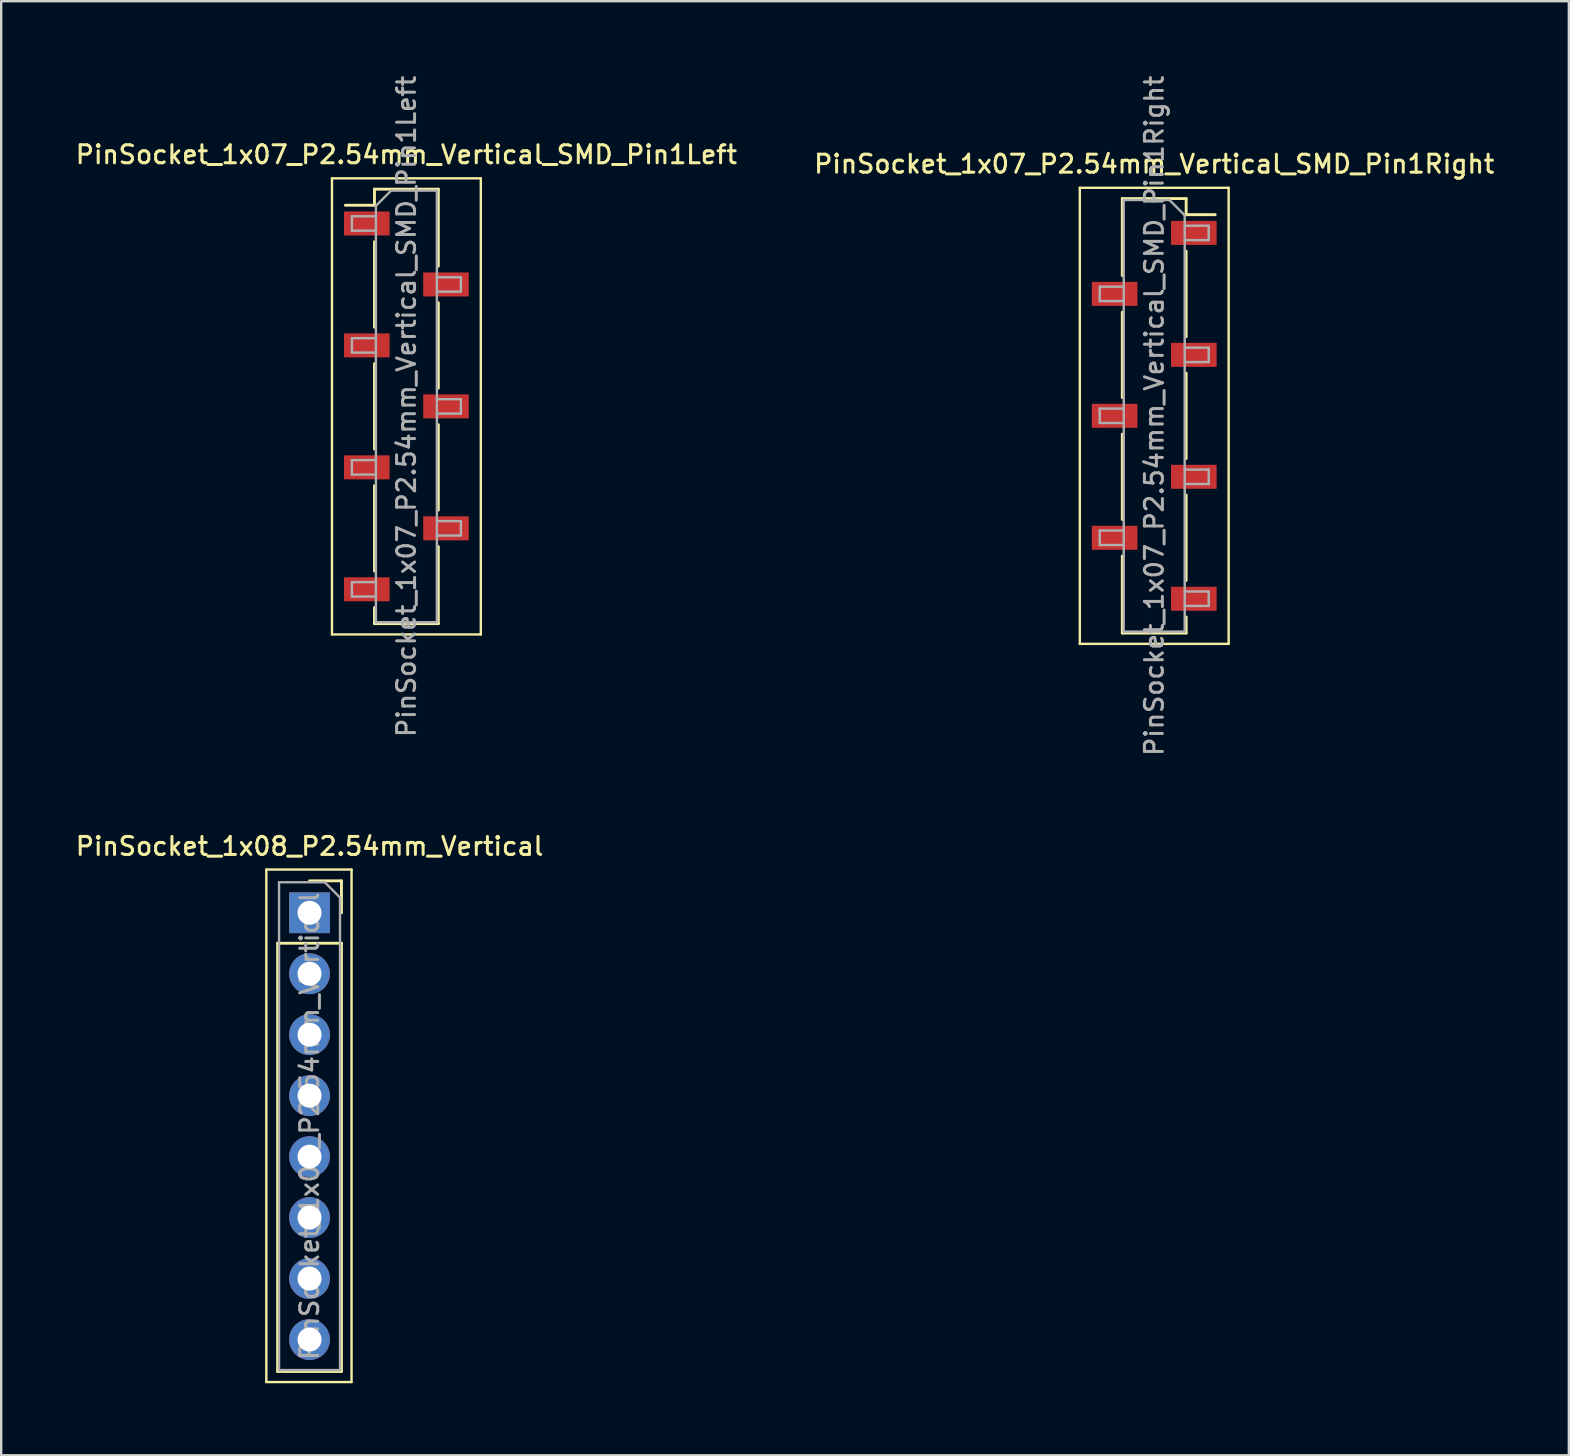
<source format=kicad_pcb>
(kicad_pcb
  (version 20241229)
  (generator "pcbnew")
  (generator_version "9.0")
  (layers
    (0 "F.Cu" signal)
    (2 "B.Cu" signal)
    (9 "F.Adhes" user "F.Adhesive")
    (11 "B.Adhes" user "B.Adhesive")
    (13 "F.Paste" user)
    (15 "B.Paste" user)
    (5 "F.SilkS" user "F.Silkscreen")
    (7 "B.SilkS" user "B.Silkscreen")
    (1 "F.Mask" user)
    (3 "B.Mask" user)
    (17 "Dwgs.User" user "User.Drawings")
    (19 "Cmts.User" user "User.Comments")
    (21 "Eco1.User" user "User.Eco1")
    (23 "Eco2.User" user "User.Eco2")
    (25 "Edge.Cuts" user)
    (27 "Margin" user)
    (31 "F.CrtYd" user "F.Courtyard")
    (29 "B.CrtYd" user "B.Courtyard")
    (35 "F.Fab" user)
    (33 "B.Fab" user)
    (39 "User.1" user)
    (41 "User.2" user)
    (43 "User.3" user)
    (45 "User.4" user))
  (footprint "PinSocket_1x08_P2.54mm_Vertical"
    (layer "F.Cu")
    (at 9.845 34.975)
    (property "Reference" "PinSocket_1x08_P2.54mm_Vertical" (at 0 -2.77 0) (layer "F.SilkS") (effects (font (size 0.75 0.75) (thickness 0.125))))
    (attr through_hole)
    (fp_line (start -1.8 -1.8) (end 1.75 -1.8) (stroke (width 0.1) (type solid)) (layer "F.SilkS"))
    (fp_line (start -1.8 19.55) (end -1.8 -1.8) (stroke (width 0.1) (type solid)) (layer "F.SilkS"))
    (fp_line (start -1.33 1.27) (end -1.33 19.11) (stroke (width 0.12) (type solid)) (layer "F.SilkS"))
    (fp_line (start -1.33 1.27) (end 1.33 1.27) (stroke (width 0.12) (type solid)) (layer "F.SilkS"))
    (fp_line (start -1.33 19.11) (end 1.33 19.11) (stroke (width 0.12) (type solid)) (layer "F.SilkS"))
    (fp_line (start 0 -1.33) (end 1.33 -1.33) (stroke (width 0.12) (type solid)) (layer "F.SilkS"))
    (fp_line (start 1.33 -1.33) (end 1.33 0) (stroke (width 0.12) (type solid)) (layer "F.SilkS"))
    (fp_line (start 1.33 1.27) (end 1.33 19.11) (stroke (width 0.12) (type solid)) (layer "F.SilkS"))
    (fp_line (start 1.75 -1.8) (end 1.75 19.55) (stroke (width 0.1) (type solid)) (layer "F.SilkS"))
    (fp_line (start 1.75 19.55) (end -1.8 19.55) (stroke (width 0.1) (type solid)) (layer "F.SilkS"))
    (fp_line (start -1.27 -1.27) (end 0.635 -1.27) (stroke (width 0.1) (type solid)) (layer "F.Fab"))
    (fp_line (start -1.27 19.05) (end -1.27 -1.27) (stroke (width 0.1) (type solid)) (layer "F.Fab"))
    (fp_line (start 0.635 -1.27) (end 1.27 -0.635) (stroke (width 0.1) (type solid)) (layer "F.Fab"))
    (fp_line (start 1.27 -0.635) (end 1.27 19.05) (stroke (width 0.1) (type solid)) (layer "F.Fab"))
    (fp_line (start 1.27 19.05) (end -1.27 19.05) (stroke (width 0.1) (type solid)) (layer "F.Fab"))
    (fp_text user "${REFERENCE}" (at 0 8.89 90) (layer "F.Fab") (effects (font (size 0.75 0.75) (thickness 0.125))))
    (pad "1" thru_hole rect (at 0 0) (size 1.7 1.7) (drill 1) (layers "*.Cu" "*.Mask"))
    (pad "2" thru_hole oval (at 0 2.54) (size 1.7 1.7) (drill 1) (layers "*.Cu" "*.Mask"))
    (pad "3" thru_hole oval (at 0 5.08) (size 1.7 1.7) (drill 1) (layers "*.Cu" "*.Mask"))
    (pad "4" thru_hole oval (at 0 7.62) (size 1.7 1.7) (drill 1) (layers "*.Cu" "*.Mask"))
    (pad "5" thru_hole oval (at 0 10.16) (size 1.7 1.7) (drill 1) (layers "*.Cu" "*.Mask"))
    (pad "6" thru_hole oval (at 0 12.7) (size 1.7 1.7) (drill 1) (layers "*.Cu" "*.Mask"))
    (pad "7" thru_hole oval (at 0 15.24) (size 1.7 1.7) (drill 1) (layers "*.Cu" "*.Mask"))
    (pad "8" thru_hole oval (at 0 17.78) (size 1.7 1.7) (drill 1) (layers "*.Cu" "*.Mask")))
  (footprint "PinSocket_1x07_P2.54mm_Vertical_SMD_Pin1Right"
    (layer "F.Cu")
    (at 45.034 14.273)
    (property "Reference" "PinSocket_1x07_P2.54mm_Vertical_SMD_Pin1Right" (at 0 -10.49 0) (layer "F.SilkS") (effects (font (size 0.75 0.75) (thickness 0.125))))
    (attr smd)
    (fp_line (start -3.1 -9.5) (end 3.1 -9.5) (stroke (width 0.1) (type solid)) (layer "F.SilkS"))
    (fp_line (start -3.1 9.5) (end -3.1 -9.5) (stroke (width 0.1) (type solid)) (layer "F.SilkS"))
    (fp_line (start -1.33 -9.05) (end -1.33 -5.84) (stroke (width 0.12) (type solid)) (layer "F.SilkS"))
    (fp_line (start -1.33 -9.05) (end 1.33 -9.05) (stroke (width 0.12) (type solid)) (layer "F.SilkS"))
    (fp_line (start -1.33 -4.32) (end -1.33 -0.76) (stroke (width 0.12) (type solid)) (layer "F.SilkS"))
    (fp_line (start -1.33 0.76) (end -1.33 4.32) (stroke (width 0.12) (type solid)) (layer "F.SilkS"))
    (fp_line (start -1.33 5.84) (end -1.33 9.05) (stroke (width 0.12) (type solid)) (layer "F.SilkS"))
    (fp_line (start -1.33 9.05) (end 1.33 9.05) (stroke (width 0.12) (type solid)) (layer "F.SilkS"))
    (fp_line (start 1.33 -9.05) (end 1.33 -8.38) (stroke (width 0.12) (type solid)) (layer "F.SilkS"))
    (fp_line (start 1.33 -8.38) (end 2.54 -8.38) (stroke (width 0.12) (type solid)) (layer "F.SilkS"))
    (fp_line (start 1.33 -6.86) (end 1.33 -3.3) (stroke (width 0.12) (type solid)) (layer "F.SilkS"))
    (fp_line (start 1.33 -1.78) (end 1.33 1.78) (stroke (width 0.12) (type solid)) (layer "F.SilkS"))
    (fp_line (start 1.33 3.3) (end 1.33 6.86) (stroke (width 0.12) (type solid)) (layer "F.SilkS"))
    (fp_line (start 1.33 8.38) (end 1.33 9.05) (stroke (width 0.12) (type solid)) (layer "F.SilkS"))
    (fp_line (start 3.1 -9.5) (end 3.1 9.5) (stroke (width 0.1) (type solid)) (layer "F.SilkS"))
    (fp_line (start 3.1 9.5) (end -3.1 9.5) (stroke (width 0.1) (type solid)) (layer "F.SilkS"))
    (fp_line (start -2.27 -5.38) (end -1.27 -5.38) (stroke (width 0.1) (type solid)) (layer "F.Fab"))
    (fp_line (start -2.27 -4.78) (end -2.27 -5.38) (stroke (width 0.1) (type solid)) (layer "F.Fab"))
    (fp_line (start -2.27 -0.3) (end -1.27 -0.3) (stroke (width 0.1) (type solid)) (layer "F.Fab"))
    (fp_line (start -2.27 0.3) (end -2.27 -0.3) (stroke (width 0.1) (type solid)) (layer "F.Fab"))
    (fp_line (start -2.27 4.78) (end -1.27 4.78) (stroke (width 0.1) (type solid)) (layer "F.Fab"))
    (fp_line (start -2.27 5.38) (end -2.27 4.78) (stroke (width 0.1) (type solid)) (layer "F.Fab"))
    (fp_line (start -1.27 -8.99) (end 0.635 -8.99) (stroke (width 0.1) (type solid)) (layer "F.Fab"))
    (fp_line (start -1.27 -4.78) (end -2.27 -4.78) (stroke (width 0.1) (type solid)) (layer "F.Fab"))
    (fp_line (start -1.27 0.3) (end -2.27 0.3) (stroke (width 0.1) (type solid)) (layer "F.Fab"))
    (fp_line (start -1.27 5.38) (end -2.27 5.38) (stroke (width 0.1) (type solid)) (layer "F.Fab"))
    (fp_line (start -1.27 8.99) (end -1.27 -8.99) (stroke (width 0.1) (type solid)) (layer "F.Fab"))
    (fp_line (start 0.635 -8.99) (end 1.27 -8.355) (stroke (width 0.1) (type solid)) (layer "F.Fab"))
    (fp_line (start 1.27 -8.355) (end 1.27 8.99) (stroke (width 0.1) (type solid)) (layer "F.Fab"))
    (fp_line (start 1.27 -7.92) (end 2.27 -7.92) (stroke (width 0.1) (type solid)) (layer "F.Fab"))
    (fp_line (start 1.27 -2.84) (end 2.27 -2.84) (stroke (width 0.1) (type solid)) (layer "F.Fab"))
    (fp_line (start 1.27 2.24) (end 2.27 2.24) (stroke (width 0.1) (type solid)) (layer "F.Fab"))
    (fp_line (start 1.27 7.32) (end 2.27 7.32) (stroke (width 0.1) (type solid)) (layer "F.Fab"))
    (fp_line (start 1.27 8.99) (end -1.27 8.99) (stroke (width 0.1) (type solid)) (layer "F.Fab"))
    (fp_line (start 2.27 -7.92) (end 2.27 -7.32) (stroke (width 0.1) (type solid)) (layer "F.Fab"))
    (fp_line (start 2.27 -7.32) (end 1.27 -7.32) (stroke (width 0.1) (type solid)) (layer "F.Fab"))
    (fp_line (start 2.27 -2.84) (end 2.27 -2.24) (stroke (width 0.1) (type solid)) (layer "F.Fab"))
    (fp_line (start 2.27 -2.24) (end 1.27 -2.24) (stroke (width 0.1) (type solid)) (layer "F.Fab"))
    (fp_line (start 2.27 2.24) (end 2.27 2.84) (stroke (width 0.1) (type solid)) (layer "F.Fab"))
    (fp_line (start 2.27 2.84) (end 1.27 2.84) (stroke (width 0.1) (type solid)) (layer "F.Fab"))
    (fp_line (start 2.27 7.32) (end 2.27 7.92) (stroke (width 0.1) (type solid)) (layer "F.Fab"))
    (fp_line (start 2.27 7.92) (end 1.27 7.92) (stroke (width 0.1) (type solid)) (layer "F.Fab"))
    (fp_text user "${REFERENCE}" (at 0 0 90) (layer "F.Fab") (effects (font (size 0.75 0.75) (thickness 0.125))))
    (pad "1" smd rect (at 1.65 -7.62) (size 1.9 1) (layers "F.Cu" "F.Mask" "F.Paste"))
    (pad "2" smd rect (at -1.65 -5.08) (size 1.9 1) (layers "F.Cu" "F.Mask" "F.Paste"))
    (pad "3" smd rect (at 1.65 -2.54) (size 1.9 1) (layers "F.Cu" "F.Mask" "F.Paste"))
    (pad "4" smd rect (at -1.65 0) (size 1.9 1) (layers "F.Cu" "F.Mask" "F.Paste"))
    (pad "5" smd rect (at 1.65 2.54) (size 1.9 1) (layers "F.Cu" "F.Mask" "F.Paste"))
    (pad "6" smd rect (at -1.65 5.08) (size 1.9 1) (layers "F.Cu" "F.Mask" "F.Paste"))
    (pad "7" smd rect (at 1.65 7.62) (size 1.9 1) (layers "F.Cu" "F.Mask" "F.Paste")))
  (footprint "PinSocket_1x07_P2.54mm_Vertical_SMD_Pin1Left"
    (layer "F.Cu")
    (at 13.88 13.88)
    (property "Reference" "PinSocket_1x07_P2.54mm_Vertical_SMD_Pin1Left" (at 0 -10.49 0) (layer "F.SilkS") (effects (font (size 0.75 0.75) (thickness 0.125))))
    (attr smd)
    (fp_line (start -3.1 -9.5) (end 3.1 -9.5) (stroke (width 0.1) (type solid)) (layer "F.SilkS"))
    (fp_line (start -3.1 9.5) (end -3.1 -9.5) (stroke (width 0.1) (type solid)) (layer "F.SilkS"))
    (fp_line (start -2.54 -8.38) (end -1.33 -8.38) (stroke (width 0.12) (type solid)) (layer "F.SilkS"))
    (fp_line (start -1.33 -9.05) (end -1.33 -8.38) (stroke (width 0.12) (type solid)) (layer "F.SilkS"))
    (fp_line (start -1.33 -9.05) (end 1.33 -9.05) (stroke (width 0.12) (type solid)) (layer "F.SilkS"))
    (fp_line (start -1.33 -6.86) (end -1.33 -3.3) (stroke (width 0.12) (type solid)) (layer "F.SilkS"))
    (fp_line (start -1.33 -1.78) (end -1.33 1.78) (stroke (width 0.12) (type solid)) (layer "F.SilkS"))
    (fp_line (start -1.33 3.3) (end -1.33 6.86) (stroke (width 0.12) (type solid)) (layer "F.SilkS"))
    (fp_line (start -1.33 8.38) (end -1.33 9.05) (stroke (width 0.12) (type solid)) (layer "F.SilkS"))
    (fp_line (start -1.33 9.05) (end 1.33 9.05) (stroke (width 0.12) (type solid)) (layer "F.SilkS"))
    (fp_line (start 1.33 -9.05) (end 1.33 -5.84) (stroke (width 0.12) (type solid)) (layer "F.SilkS"))
    (fp_line (start 1.33 -4.32) (end 1.33 -0.76) (stroke (width 0.12) (type solid)) (layer "F.SilkS"))
    (fp_line (start 1.33 0.76) (end 1.33 4.32) (stroke (width 0.12) (type solid)) (layer "F.SilkS"))
    (fp_line (start 1.33 5.84) (end 1.33 9.05) (stroke (width 0.12) (type solid)) (layer "F.SilkS"))
    (fp_line (start 3.1 -9.5) (end 3.1 9.5) (stroke (width 0.1) (type solid)) (layer "F.SilkS"))
    (fp_line (start 3.1 9.5) (end -3.1 9.5) (stroke (width 0.1) (type solid)) (layer "F.SilkS"))
    (fp_line (start -2.27 -7.92) (end -1.27 -7.92) (stroke (width 0.1) (type solid)) (layer "F.Fab"))
    (fp_line (start -2.27 -7.32) (end -2.27 -7.92) (stroke (width 0.1) (type solid)) (layer "F.Fab"))
    (fp_line (start -2.27 -2.84) (end -1.27 -2.84) (stroke (width 0.1) (type solid)) (layer "F.Fab"))
    (fp_line (start -2.27 -2.24) (end -2.27 -2.84) (stroke (width 0.1) (type solid)) (layer "F.Fab"))
    (fp_line (start -2.27 2.24) (end -1.27 2.24) (stroke (width 0.1) (type solid)) (layer "F.Fab"))
    (fp_line (start -2.27 2.84) (end -2.27 2.24) (stroke (width 0.1) (type solid)) (layer "F.Fab"))
    (fp_line (start -2.27 7.32) (end -1.27 7.32) (stroke (width 0.1) (type solid)) (layer "F.Fab"))
    (fp_line (start -2.27 7.92) (end -2.27 7.32) (stroke (width 0.1) (type solid)) (layer "F.Fab"))
    (fp_line (start -1.27 -8.355) (end -0.635 -8.99) (stroke (width 0.1) (type solid)) (layer "F.Fab"))
    (fp_line (start -1.27 -7.32) (end -2.27 -7.32) (stroke (width 0.1) (type solid)) (layer "F.Fab"))
    (fp_line (start -1.27 -2.24) (end -2.27 -2.24) (stroke (width 0.1) (type solid)) (layer "F.Fab"))
    (fp_line (start -1.27 2.84) (end -2.27 2.84) (stroke (width 0.1) (type solid)) (layer "F.Fab"))
    (fp_line (start -1.27 7.92) (end -2.27 7.92) (stroke (width 0.1) (type solid)) (layer "F.Fab"))
    (fp_line (start -1.27 8.99) (end -1.27 -8.355) (stroke (width 0.1) (type solid)) (layer "F.Fab"))
    (fp_line (start -0.635 -8.99) (end 1.27 -8.99) (stroke (width 0.1) (type solid)) (layer "F.Fab"))
    (fp_line (start 1.27 -8.99) (end 1.27 8.99) (stroke (width 0.1) (type solid)) (layer "F.Fab"))
    (fp_line (start 1.27 -5.38) (end 2.27 -5.38) (stroke (width 0.1) (type solid)) (layer "F.Fab"))
    (fp_line (start 1.27 -0.3) (end 2.27 -0.3) (stroke (width 0.1) (type solid)) (layer "F.Fab"))
    (fp_line (start 1.27 4.78) (end 2.27 4.78) (stroke (width 0.1) (type solid)) (layer "F.Fab"))
    (fp_line (start 1.27 8.99) (end -1.27 8.99) (stroke (width 0.1) (type solid)) (layer "F.Fab"))
    (fp_line (start 2.27 -5.38) (end 2.27 -4.78) (stroke (width 0.1) (type solid)) (layer "F.Fab"))
    (fp_line (start 2.27 -4.78) (end 1.27 -4.78) (stroke (width 0.1) (type solid)) (layer "F.Fab"))
    (fp_line (start 2.27 -0.3) (end 2.27 0.3) (stroke (width 0.1) (type solid)) (layer "F.Fab"))
    (fp_line (start 2.27 0.3) (end 1.27 0.3) (stroke (width 0.1) (type solid)) (layer "F.Fab"))
    (fp_line (start 2.27 4.78) (end 2.27 5.38) (stroke (width 0.1) (type solid)) (layer "F.Fab"))
    (fp_line (start 2.27 5.38) (end 1.27 5.38) (stroke (width 0.1) (type solid)) (layer "F.Fab"))
    (fp_text user "${REFERENCE}" (at 0 0 90) (layer "F.Fab") (effects (font (size 0.75 0.75) (thickness 0.125))))
    (pad "1" smd rect (at -1.65 -7.62) (size 1.9 1) (layers "F.Cu" "F.Mask" "F.Paste"))
    (pad "2" smd rect (at 1.65 -5.08) (size 1.9 1) (layers "F.Cu" "F.Mask" "F.Paste"))
    (pad "3" smd rect (at -1.65 -2.54) (size 1.9 1) (layers "F.Cu" "F.Mask" "F.Paste"))
    (pad "4" smd rect (at 1.65 0) (size 1.9 1) (layers "F.Cu" "F.Mask" "F.Paste"))
    (pad "5" smd rect (at -1.65 2.54) (size 1.9 1) (layers "F.Cu" "F.Mask" "F.Paste"))
    (pad "6" smd rect (at 1.65 5.08) (size 1.9 1) (layers "F.Cu" "F.Mask" "F.Paste"))
    (pad "7" smd rect (at -1.65 7.62) (size 1.9 1) (layers "F.Cu" "F.Mask" "F.Paste")))
  (gr_rect
    (start -3 -3)
    (end 62.307 57.575)
    (stroke (width 0.1) (type default))
    (fill no)
    (layer "Edge.Cuts")))
</source>
